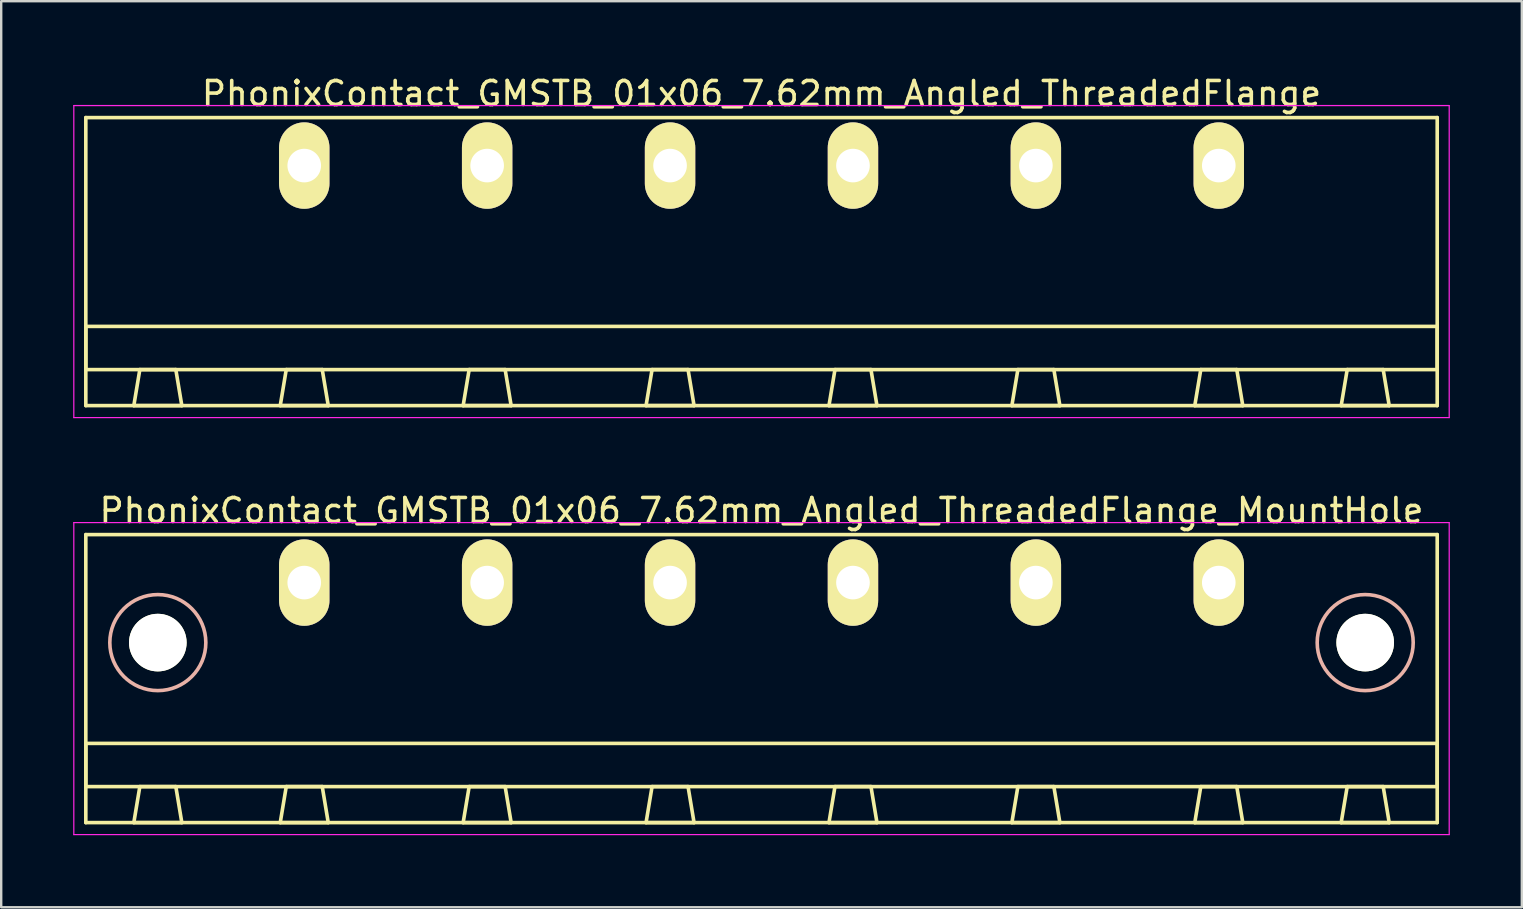
<source format=kicad_pcb>
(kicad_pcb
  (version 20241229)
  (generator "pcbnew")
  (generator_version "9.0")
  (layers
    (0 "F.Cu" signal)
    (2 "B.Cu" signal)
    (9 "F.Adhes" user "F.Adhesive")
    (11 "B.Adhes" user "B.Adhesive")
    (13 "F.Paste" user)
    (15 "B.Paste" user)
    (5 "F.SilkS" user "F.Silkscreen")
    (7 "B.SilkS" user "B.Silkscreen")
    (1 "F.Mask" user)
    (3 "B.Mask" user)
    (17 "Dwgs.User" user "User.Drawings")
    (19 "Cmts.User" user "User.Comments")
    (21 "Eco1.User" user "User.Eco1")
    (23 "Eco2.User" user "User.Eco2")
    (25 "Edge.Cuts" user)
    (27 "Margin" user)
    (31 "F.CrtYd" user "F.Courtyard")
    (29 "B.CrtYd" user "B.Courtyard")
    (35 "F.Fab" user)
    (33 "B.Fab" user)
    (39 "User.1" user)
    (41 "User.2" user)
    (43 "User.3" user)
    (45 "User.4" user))
  (footprint "PhonixContact_GMSTB_01x06_7.62mm_Angled_ThreadedFlange_MountHole"
    (layer "F.Cu")
    (at 9.625 21.221)
    (property "Reference" "PhonixContact_GMSTB_01x06_7.62mm_Angled_ThreadedFlange_MountHole" (at 19.05 -3 0) (layer "F.SilkS") (effects (font (size 1 1) (thickness 0.15))))
    (attr through_hole)
    (fp_line (start -9.1 -2) (end -9.1 10) (stroke (width 0.15) (type solid)) (layer "F.SilkS"))
    (fp_line (start -9.1 6.7) (end 47.2 6.7) (stroke (width 0.15) (type solid)) (layer "F.SilkS"))
    (fp_line (start -9.1 8.5) (end -9.1 6.7) (stroke (width 0.15) (type solid)) (layer "F.SilkS"))
    (fp_line (start -9.1 10) (end 47.2 10) (stroke (width 0.15) (type solid)) (layer "F.SilkS"))
    (fp_line (start -7.1 10) (end -5.1 10) (stroke (width 0.15) (type solid)) (layer "F.SilkS"))
    (fp_line (start -6.85 8.5) (end -7.1 10) (stroke (width 0.15) (type solid)) (layer "F.SilkS"))
    (fp_line (start -5.35 8.5) (end -6.85 8.5) (stroke (width 0.15) (type solid)) (layer "F.SilkS"))
    (fp_line (start -5.1 10) (end -5.35 8.5) (stroke (width 0.15) (type solid)) (layer "F.SilkS"))
    (fp_line (start -1 10) (end 1 10) (stroke (width 0.15) (type solid)) (layer "F.SilkS"))
    (fp_line (start -0.75 8.5) (end -1 10) (stroke (width 0.15) (type solid)) (layer "F.SilkS"))
    (fp_line (start 0.75 8.5) (end -0.75 8.5) (stroke (width 0.15) (type solid)) (layer "F.SilkS"))
    (fp_line (start 1 10) (end 0.75 8.5) (stroke (width 0.15) (type solid)) (layer "F.SilkS"))
    (fp_line (start 6.62 10) (end 8.62 10) (stroke (width 0.15) (type solid)) (layer "F.SilkS"))
    (fp_line (start 6.87 8.5) (end 6.62 10) (stroke (width 0.15) (type solid)) (layer "F.SilkS"))
    (fp_line (start 8.37 8.5) (end 6.87 8.5) (stroke (width 0.15) (type solid)) (layer "F.SilkS"))
    (fp_line (start 8.62 10) (end 8.37 8.5) (stroke (width 0.15) (type solid)) (layer "F.SilkS"))
    (fp_line (start 14.24 10) (end 16.24 10) (stroke (width 0.15) (type solid)) (layer "F.SilkS"))
    (fp_line (start 14.49 8.5) (end 14.24 10) (stroke (width 0.15) (type solid)) (layer "F.SilkS"))
    (fp_line (start 15.99 8.5) (end 14.49 8.5) (stroke (width 0.15) (type solid)) (layer "F.SilkS"))
    (fp_line (start 16.24 10) (end 15.99 8.5) (stroke (width 0.15) (type solid)) (layer "F.SilkS"))
    (fp_line (start 21.86 10) (end 23.86 10) (stroke (width 0.15) (type solid)) (layer "F.SilkS"))
    (fp_line (start 22.11 8.5) (end 21.86 10) (stroke (width 0.15) (type solid)) (layer "F.SilkS"))
    (fp_line (start 23.61 8.5) (end 22.11 8.5) (stroke (width 0.15) (type solid)) (layer "F.SilkS"))
    (fp_line (start 23.86 10) (end 23.61 8.5) (stroke (width 0.15) (type solid)) (layer "F.SilkS"))
    (fp_line (start 29.48 10) (end 31.48 10) (stroke (width 0.15) (type solid)) (layer "F.SilkS"))
    (fp_line (start 29.73 8.5) (end 29.48 10) (stroke (width 0.15) (type solid)) (layer "F.SilkS"))
    (fp_line (start 31.23 8.5) (end 29.73 8.5) (stroke (width 0.15) (type solid)) (layer "F.SilkS"))
    (fp_line (start 31.48 10) (end 31.23 8.5) (stroke (width 0.15) (type solid)) (layer "F.SilkS"))
    (fp_line (start 37.1 10) (end 39.1 10) (stroke (width 0.15) (type solid)) (layer "F.SilkS"))
    (fp_line (start 37.35 8.5) (end 37.1 10) (stroke (width 0.15) (type solid)) (layer "F.SilkS"))
    (fp_line (start 38.85 8.5) (end 37.35 8.5) (stroke (width 0.15) (type solid)) (layer "F.SilkS"))
    (fp_line (start 39.1 10) (end 38.85 8.5) (stroke (width 0.15) (type solid)) (layer "F.SilkS"))
    (fp_line (start 43.2 10) (end 45.2 10) (stroke (width 0.15) (type solid)) (layer "F.SilkS"))
    (fp_line (start 43.45 8.5) (end 43.2 10) (stroke (width 0.15) (type solid)) (layer "F.SilkS"))
    (fp_line (start 44.95 8.5) (end 43.45 8.5) (stroke (width 0.15) (type solid)) (layer "F.SilkS"))
    (fp_line (start 45.2 10) (end 44.95 8.5) (stroke (width 0.15) (type solid)) (layer "F.SilkS"))
    (fp_line (start 47.2 -2) (end -9.1 -2) (stroke (width 0.15) (type solid)) (layer "F.SilkS"))
    (fp_line (start 47.2 6.7) (end 47.2 8.5) (stroke (width 0.15) (type solid)) (layer "F.SilkS"))
    (fp_line (start 47.2 8.5) (end -9.1 8.5) (stroke (width 0.15) (type solid)) (layer "F.SilkS"))
    (fp_line (start 47.2 10) (end 47.2 -2) (stroke (width 0.15) (type solid)) (layer "F.SilkS"))
    (fp_circle (center -6.1 2.5) (end -4.1 2.5) (stroke (width 0.15) (type solid)) (fill no) (layer "B.SilkS"))
    (fp_circle (center 44.2 2.5) (end 46.2 2.5) (stroke (width 0.15) (type solid)) (fill no) (layer "B.SilkS"))
    (fp_line (start -9.6 -2.5) (end -9.6 10.5) (stroke (width 0.05) (type solid)) (layer "F.CrtYd"))
    (fp_line (start -9.6 10.5) (end 47.7 10.5) (stroke (width 0.05) (type solid)) (layer "F.CrtYd"))
    (fp_line (start 47.7 -2.5) (end -9.6 -2.5) (stroke (width 0.05) (type solid)) (layer "F.CrtYd"))
    (fp_line (start 47.7 10.5) (end 47.7 -2.5) (stroke (width 0.05) (type solid)) (layer "F.CrtYd"))
    (pad "" np_thru_hole circle (at -6.1 2.5) (size 2.4 2.4) (drill 2.4) (layers "*.Cu" "*.Mask" "F.SilkS"))
    (pad "" np_thru_hole circle (at 44.2 2.5) (size 2.4 2.4) (drill 2.4) (layers "*.Cu" "*.Mask" "F.SilkS"))
    (pad "1" thru_hole oval (at 0 0) (size 2.1 3.6) (drill 1.4) (layers "*.Cu" "*.Mask" "F.SilkS"))
    (pad "2" thru_hole oval (at 7.62 0) (size 2.1 3.6) (drill 1.4) (layers "*.Cu" "*.Mask" "F.SilkS"))
    (pad "3" thru_hole oval (at 15.24 0) (size 2.1 3.6) (drill 1.4) (layers "*.Cu" "*.Mask" "F.SilkS"))
    (pad "4" thru_hole oval (at 22.86 0) (size 2.1 3.6) (drill 1.4) (layers "*.Cu" "*.Mask" "F.SilkS"))
    (pad "5" thru_hole oval (at 30.48 0) (size 2.1 3.6) (drill 1.4) (layers "*.Cu" "*.Mask" "F.SilkS"))
    (pad "6" thru_hole oval (at 38.1 0) (size 2.1 3.6) (drill 1.4) (layers "*.Cu" "*.Mask" "F.SilkS")))
  (footprint "PhonixContact_GMSTB_01x06_7.62mm_Angled_ThreadedFlange"
    (layer "F.Cu")
    (at 9.625 3.848)
    (property "Reference" "PhonixContact_GMSTB_01x06_7.62mm_Angled_ThreadedFlange" (at 19.05 -3 0) (layer "F.SilkS") (effects (font (size 1 1) (thickness 0.15))))
    (attr through_hole)
    (fp_line (start -9.1 -2) (end -9.1 10) (stroke (width 0.15) (type solid)) (layer "F.SilkS"))
    (fp_line (start -9.1 6.7) (end 47.2 6.7) (stroke (width 0.15) (type solid)) (layer "F.SilkS"))
    (fp_line (start -9.1 8.5) (end -9.1 6.7) (stroke (width 0.15) (type solid)) (layer "F.SilkS"))
    (fp_line (start -9.1 10) (end 47.2 10) (stroke (width 0.15) (type solid)) (layer "F.SilkS"))
    (fp_line (start -7.1 10) (end -5.1 10) (stroke (width 0.15) (type solid)) (layer "F.SilkS"))
    (fp_line (start -6.85 8.5) (end -7.1 10) (stroke (width 0.15) (type solid)) (layer "F.SilkS"))
    (fp_line (start -5.35 8.5) (end -6.85 8.5) (stroke (width 0.15) (type solid)) (layer "F.SilkS"))
    (fp_line (start -5.1 10) (end -5.35 8.5) (stroke (width 0.15) (type solid)) (layer "F.SilkS"))
    (fp_line (start -1 10) (end 1 10) (stroke (width 0.15) (type solid)) (layer "F.SilkS"))
    (fp_line (start -0.75 8.5) (end -1 10) (stroke (width 0.15) (type solid)) (layer "F.SilkS"))
    (fp_line (start 0.75 8.5) (end -0.75 8.5) (stroke (width 0.15) (type solid)) (layer "F.SilkS"))
    (fp_line (start 1 10) (end 0.75 8.5) (stroke (width 0.15) (type solid)) (layer "F.SilkS"))
    (fp_line (start 6.62 10) (end 8.62 10) (stroke (width 0.15) (type solid)) (layer "F.SilkS"))
    (fp_line (start 6.87 8.5) (end 6.62 10) (stroke (width 0.15) (type solid)) (layer "F.SilkS"))
    (fp_line (start 8.37 8.5) (end 6.87 8.5) (stroke (width 0.15) (type solid)) (layer "F.SilkS"))
    (fp_line (start 8.62 10) (end 8.37 8.5) (stroke (width 0.15) (type solid)) (layer "F.SilkS"))
    (fp_line (start 14.24 10) (end 16.24 10) (stroke (width 0.15) (type solid)) (layer "F.SilkS"))
    (fp_line (start 14.49 8.5) (end 14.24 10) (stroke (width 0.15) (type solid)) (layer "F.SilkS"))
    (fp_line (start 15.99 8.5) (end 14.49 8.5) (stroke (width 0.15) (type solid)) (layer "F.SilkS"))
    (fp_line (start 16.24 10) (end 15.99 8.5) (stroke (width 0.15) (type solid)) (layer "F.SilkS"))
    (fp_line (start 21.86 10) (end 23.86 10) (stroke (width 0.15) (type solid)) (layer "F.SilkS"))
    (fp_line (start 22.11 8.5) (end 21.86 10) (stroke (width 0.15) (type solid)) (layer "F.SilkS"))
    (fp_line (start 23.61 8.5) (end 22.11 8.5) (stroke (width 0.15) (type solid)) (layer "F.SilkS"))
    (fp_line (start 23.86 10) (end 23.61 8.5) (stroke (width 0.15) (type solid)) (layer "F.SilkS"))
    (fp_line (start 29.48 10) (end 31.48 10) (stroke (width 0.15) (type solid)) (layer "F.SilkS"))
    (fp_line (start 29.73 8.5) (end 29.48 10) (stroke (width 0.15) (type solid)) (layer "F.SilkS"))
    (fp_line (start 31.23 8.5) (end 29.73 8.5) (stroke (width 0.15) (type solid)) (layer "F.SilkS"))
    (fp_line (start 31.48 10) (end 31.23 8.5) (stroke (width 0.15) (type solid)) (layer "F.SilkS"))
    (fp_line (start 37.1 10) (end 39.1 10) (stroke (width 0.15) (type solid)) (layer "F.SilkS"))
    (fp_line (start 37.35 8.5) (end 37.1 10) (stroke (width 0.15) (type solid)) (layer "F.SilkS"))
    (fp_line (start 38.85 8.5) (end 37.35 8.5) (stroke (width 0.15) (type solid)) (layer "F.SilkS"))
    (fp_line (start 39.1 10) (end 38.85 8.5) (stroke (width 0.15) (type solid)) (layer "F.SilkS"))
    (fp_line (start 43.2 10) (end 45.2 10) (stroke (width 0.15) (type solid)) (layer "F.SilkS"))
    (fp_line (start 43.45 8.5) (end 43.2 10) (stroke (width 0.15) (type solid)) (layer "F.SilkS"))
    (fp_line (start 44.95 8.5) (end 43.45 8.5) (stroke (width 0.15) (type solid)) (layer "F.SilkS"))
    (fp_line (start 45.2 10) (end 44.95 8.5) (stroke (width 0.15) (type solid)) (layer "F.SilkS"))
    (fp_line (start 47.2 -2) (end -9.1 -2) (stroke (width 0.15) (type solid)) (layer "F.SilkS"))
    (fp_line (start 47.2 6.7) (end 47.2 8.5) (stroke (width 0.15) (type solid)) (layer "F.SilkS"))
    (fp_line (start 47.2 8.5) (end -9.1 8.5) (stroke (width 0.15) (type solid)) (layer "F.SilkS"))
    (fp_line (start 47.2 10) (end 47.2 -2) (stroke (width 0.15) (type solid)) (layer "F.SilkS"))
    (fp_line (start -9.6 -2.5) (end -9.6 10.5) (stroke (width 0.05) (type solid)) (layer "F.CrtYd"))
    (fp_line (start -9.6 10.5) (end 47.7 10.5) (stroke (width 0.05) (type solid)) (layer "F.CrtYd"))
    (fp_line (start 47.7 -2.5) (end -9.6 -2.5) (stroke (width 0.05) (type solid)) (layer "F.CrtYd"))
    (fp_line (start 47.7 10.5) (end 47.7 -2.5) (stroke (width 0.05) (type solid)) (layer "F.CrtYd"))
    (pad "1" thru_hole oval (at 0 0) (size 2.1 3.6) (drill 1.4) (layers "*.Cu" "*.Mask" "F.SilkS"))
    (pad "2" thru_hole oval (at 7.62 0) (size 2.1 3.6) (drill 1.4) (layers "*.Cu" "*.Mask" "F.SilkS"))
    (pad "3" thru_hole oval (at 15.24 0) (size 2.1 3.6) (drill 1.4) (layers "*.Cu" "*.Mask" "F.SilkS"))
    (pad "4" thru_hole oval (at 22.86 0) (size 2.1 3.6) (drill 1.4) (layers "*.Cu" "*.Mask" "F.SilkS"))
    (pad "5" thru_hole oval (at 30.48 0) (size 2.1 3.6) (drill 1.4) (layers "*.Cu" "*.Mask" "F.SilkS"))
    (pad "6" thru_hole oval (at 38.1 0) (size 2.1 3.6) (drill 1.4) (layers "*.Cu" "*.Mask" "F.SilkS")))
  (gr_rect
    (start -3 -3)
    (end 60.35 34.746)
    (stroke (width 0.1) (type default))
    (fill no)
    (layer "Edge.Cuts")))
</source>
